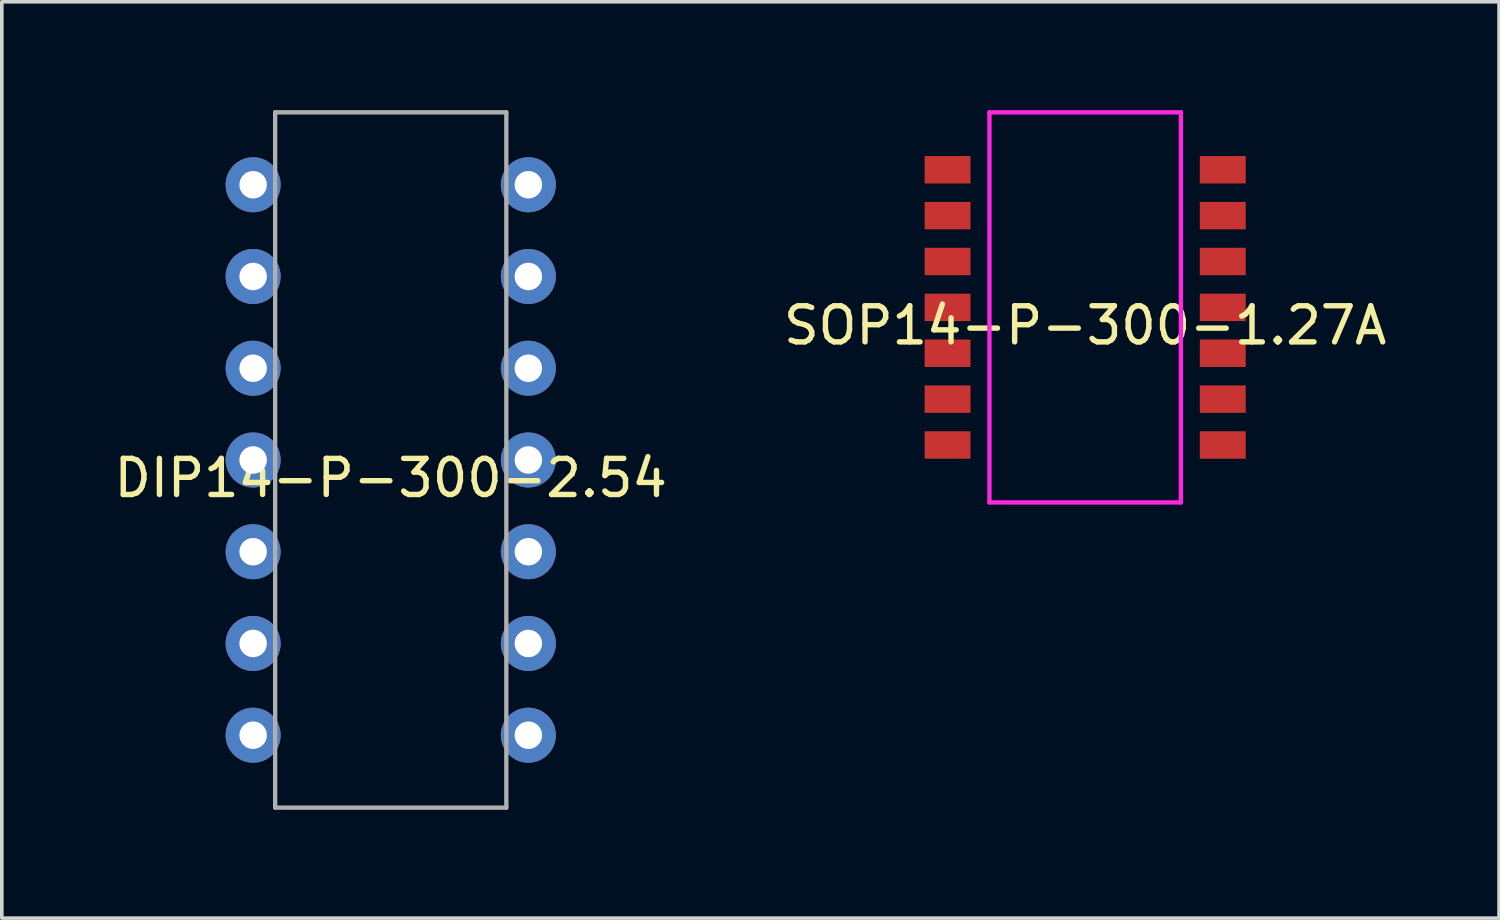
<source format=kicad_pcb>
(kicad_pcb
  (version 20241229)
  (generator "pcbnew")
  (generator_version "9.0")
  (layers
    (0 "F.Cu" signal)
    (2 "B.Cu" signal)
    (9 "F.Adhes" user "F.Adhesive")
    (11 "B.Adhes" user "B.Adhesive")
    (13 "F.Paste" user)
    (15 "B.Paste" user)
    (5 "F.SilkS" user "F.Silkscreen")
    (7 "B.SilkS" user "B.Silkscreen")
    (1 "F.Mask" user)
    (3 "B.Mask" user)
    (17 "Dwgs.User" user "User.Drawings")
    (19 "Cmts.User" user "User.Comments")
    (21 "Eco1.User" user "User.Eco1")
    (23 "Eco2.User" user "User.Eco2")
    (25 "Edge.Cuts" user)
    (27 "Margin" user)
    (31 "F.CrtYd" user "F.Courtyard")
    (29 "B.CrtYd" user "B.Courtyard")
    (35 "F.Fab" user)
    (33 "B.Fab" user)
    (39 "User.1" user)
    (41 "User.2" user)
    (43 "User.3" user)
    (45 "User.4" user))
  (footprint "SOP14-P-300-1.27A"
    (layer "F.Cu")
    (at 26.994 5.46)
    (property "Reference" "SOP14-P-300-1.27A" (at 0 0.5 0) (layer "F.SilkS") (effects (font (size 1 1) (thickness 0.15))))
    (attr through_hole)
    (fp_line (start -2.65 -5.4) (end 2.65 -5.4) (stroke (width 0.12) (type solid)) (layer "F.CrtYd"))
    (fp_line (start -2.65 5.4) (end -2.65 -5.4) (stroke (width 0.12) (type solid)) (layer "F.CrtYd"))
    (fp_line (start 2.65 -5.4) (end 2.65 5.4) (stroke (width 0.12) (type solid)) (layer "F.CrtYd"))
    (fp_line (start 2.65 5.4) (end -2.65 5.4) (stroke (width 0.12) (type solid)) (layer "F.CrtYd"))
    (pad "1" smd rect (at -3.81 -3.81) (size 1.27 0.76) (layers "F.Cu" "F.Mask" "F.Paste"))
    (pad "2" smd rect (at -3.81 -2.54) (size 1.27 0.76) (layers "F.Cu" "F.Mask" "F.Paste"))
    (pad "3" smd rect (at -3.81 -1.27) (size 1.27 0.76) (layers "F.Cu" "F.Mask" "F.Paste"))
    (pad "4" smd rect (at -3.81 0) (size 1.27 0.76) (layers "F.Cu" "F.Mask" "F.Paste"))
    (pad "5" smd rect (at -3.81 1.27) (size 1.27 0.76) (layers "F.Cu" "F.Mask" "F.Paste"))
    (pad "6" smd rect (at -3.81 2.54) (size 1.27 0.76) (layers "F.Cu" "F.Mask" "F.Paste"))
    (pad "7" smd rect (at -3.81 3.81) (size 1.27 0.76) (layers "F.Cu" "F.Mask" "F.Paste"))
    (pad "8" smd rect (at 3.81 3.81) (size 1.27 0.76) (layers "F.Cu" "F.Mask" "F.Paste"))
    (pad "9" smd rect (at 3.81 2.54) (size 1.27 0.76) (layers "F.Cu" "F.Mask" "F.Paste"))
    (pad "10" smd rect (at 3.81 1.27) (size 1.27 0.76) (layers "F.Cu" "F.Mask" "F.Paste"))
    (pad "11" smd rect (at 3.81 0) (size 1.27 0.76) (layers "F.Cu" "F.Mask" "F.Paste"))
    (pad "12" smd rect (at 3.81 -1.27) (size 1.27 0.76) (layers "F.Cu" "F.Mask" "F.Paste"))
    (pad "13" smd rect (at 3.81 -2.54) (size 1.27 0.76) (layers "F.Cu" "F.Mask" "F.Paste"))
    (pad "14" smd rect (at 3.81 -3.81) (size 1.27 0.76) (layers "F.Cu" "F.Mask" "F.Paste")))
  (footprint "DIP14-P-300-2.54"
    (layer "F.Cu")
    (at 7.768 9.685)
    (property "Reference" "DIP14-P-300-2.54" (at 0 0.5 0) (layer "F.SilkS") (effects (font (size 1 1) (thickness 0.15))))
    (attr through_hole)
    (fp_line (start -3.2 -9.625) (end 3.2 -9.625) (stroke (width 0.12) (type solid)) (layer "F.Fab"))
    (fp_line (start -3.2 9.625) (end -3.2 -9.625) (stroke (width 0.12) (type solid)) (layer "F.Fab"))
    (fp_line (start 3.2 -9.625) (end 3.2 9.625) (stroke (width 0.12) (type solid)) (layer "F.Fab"))
    (fp_line (start 3.2 9.625) (end -3.2 9.625) (stroke (width 0.12) (type solid)) (layer "F.Fab"))
    (pad "1" thru_hole circle (at -3.81 -7.62) (size 1.524 1.524) (drill 0.762) (layers "*.Cu" "*.Mask"))
    (pad "2" thru_hole circle (at -3.81 -5.08) (size 1.524 1.524) (drill 0.762) (layers "*.Cu" "*.Mask"))
    (pad "3" thru_hole circle (at -3.81 -2.54) (size 1.524 1.524) (drill 0.762) (layers "*.Cu" "*.Mask"))
    (pad "4" thru_hole circle (at -3.81 0) (size 1.524 1.524) (drill 0.762) (layers "*.Cu" "*.Mask"))
    (pad "5" thru_hole circle (at -3.81 2.54) (size 1.524 1.524) (drill 0.762) (layers "*.Cu" "*.Mask"))
    (pad "6" thru_hole circle (at -3.81 5.08) (size 1.524 1.524) (drill 0.762) (layers "*.Cu" "*.Mask"))
    (pad "7" thru_hole circle (at -3.81 7.62) (size 1.524 1.524) (drill 0.762) (layers "*.Cu" "*.Mask"))
    (pad "8" thru_hole circle (at 3.81 7.62 180) (size 1.524 1.524) (drill 0.762) (layers "*.Cu" "*.Mask"))
    (pad "9" thru_hole circle (at 3.81 5.08 180) (size 1.524 1.524) (drill 0.762) (layers "*.Cu" "*.Mask"))
    (pad "10" thru_hole circle (at 3.81 2.54 180) (size 1.524 1.524) (drill 0.762) (layers "*.Cu" "*.Mask"))
    (pad "11" thru_hole circle (at 3.81 0 180) (size 1.524 1.524) (drill 0.762) (layers "*.Cu" "*.Mask"))
    (pad "12" thru_hole circle (at 3.81 -2.54 180) (size 1.524 1.524) (drill 0.762) (layers "*.Cu" "*.Mask"))
    (pad "13" thru_hole circle (at 3.81 -5.08 180) (size 1.524 1.524) (drill 0.762) (layers "*.Cu" "*.Mask"))
    (pad "14" thru_hole circle (at 3.81 -7.62 180) (size 1.524 1.524) (drill 0.762) (layers "*.Cu" "*.Mask")))
  (gr_rect
    (start -3 -3)
    (end 38.452 22.37)
    (stroke (width 0.1) (type default))
    (fill no)
    (layer "Edge.Cuts")))
</source>
